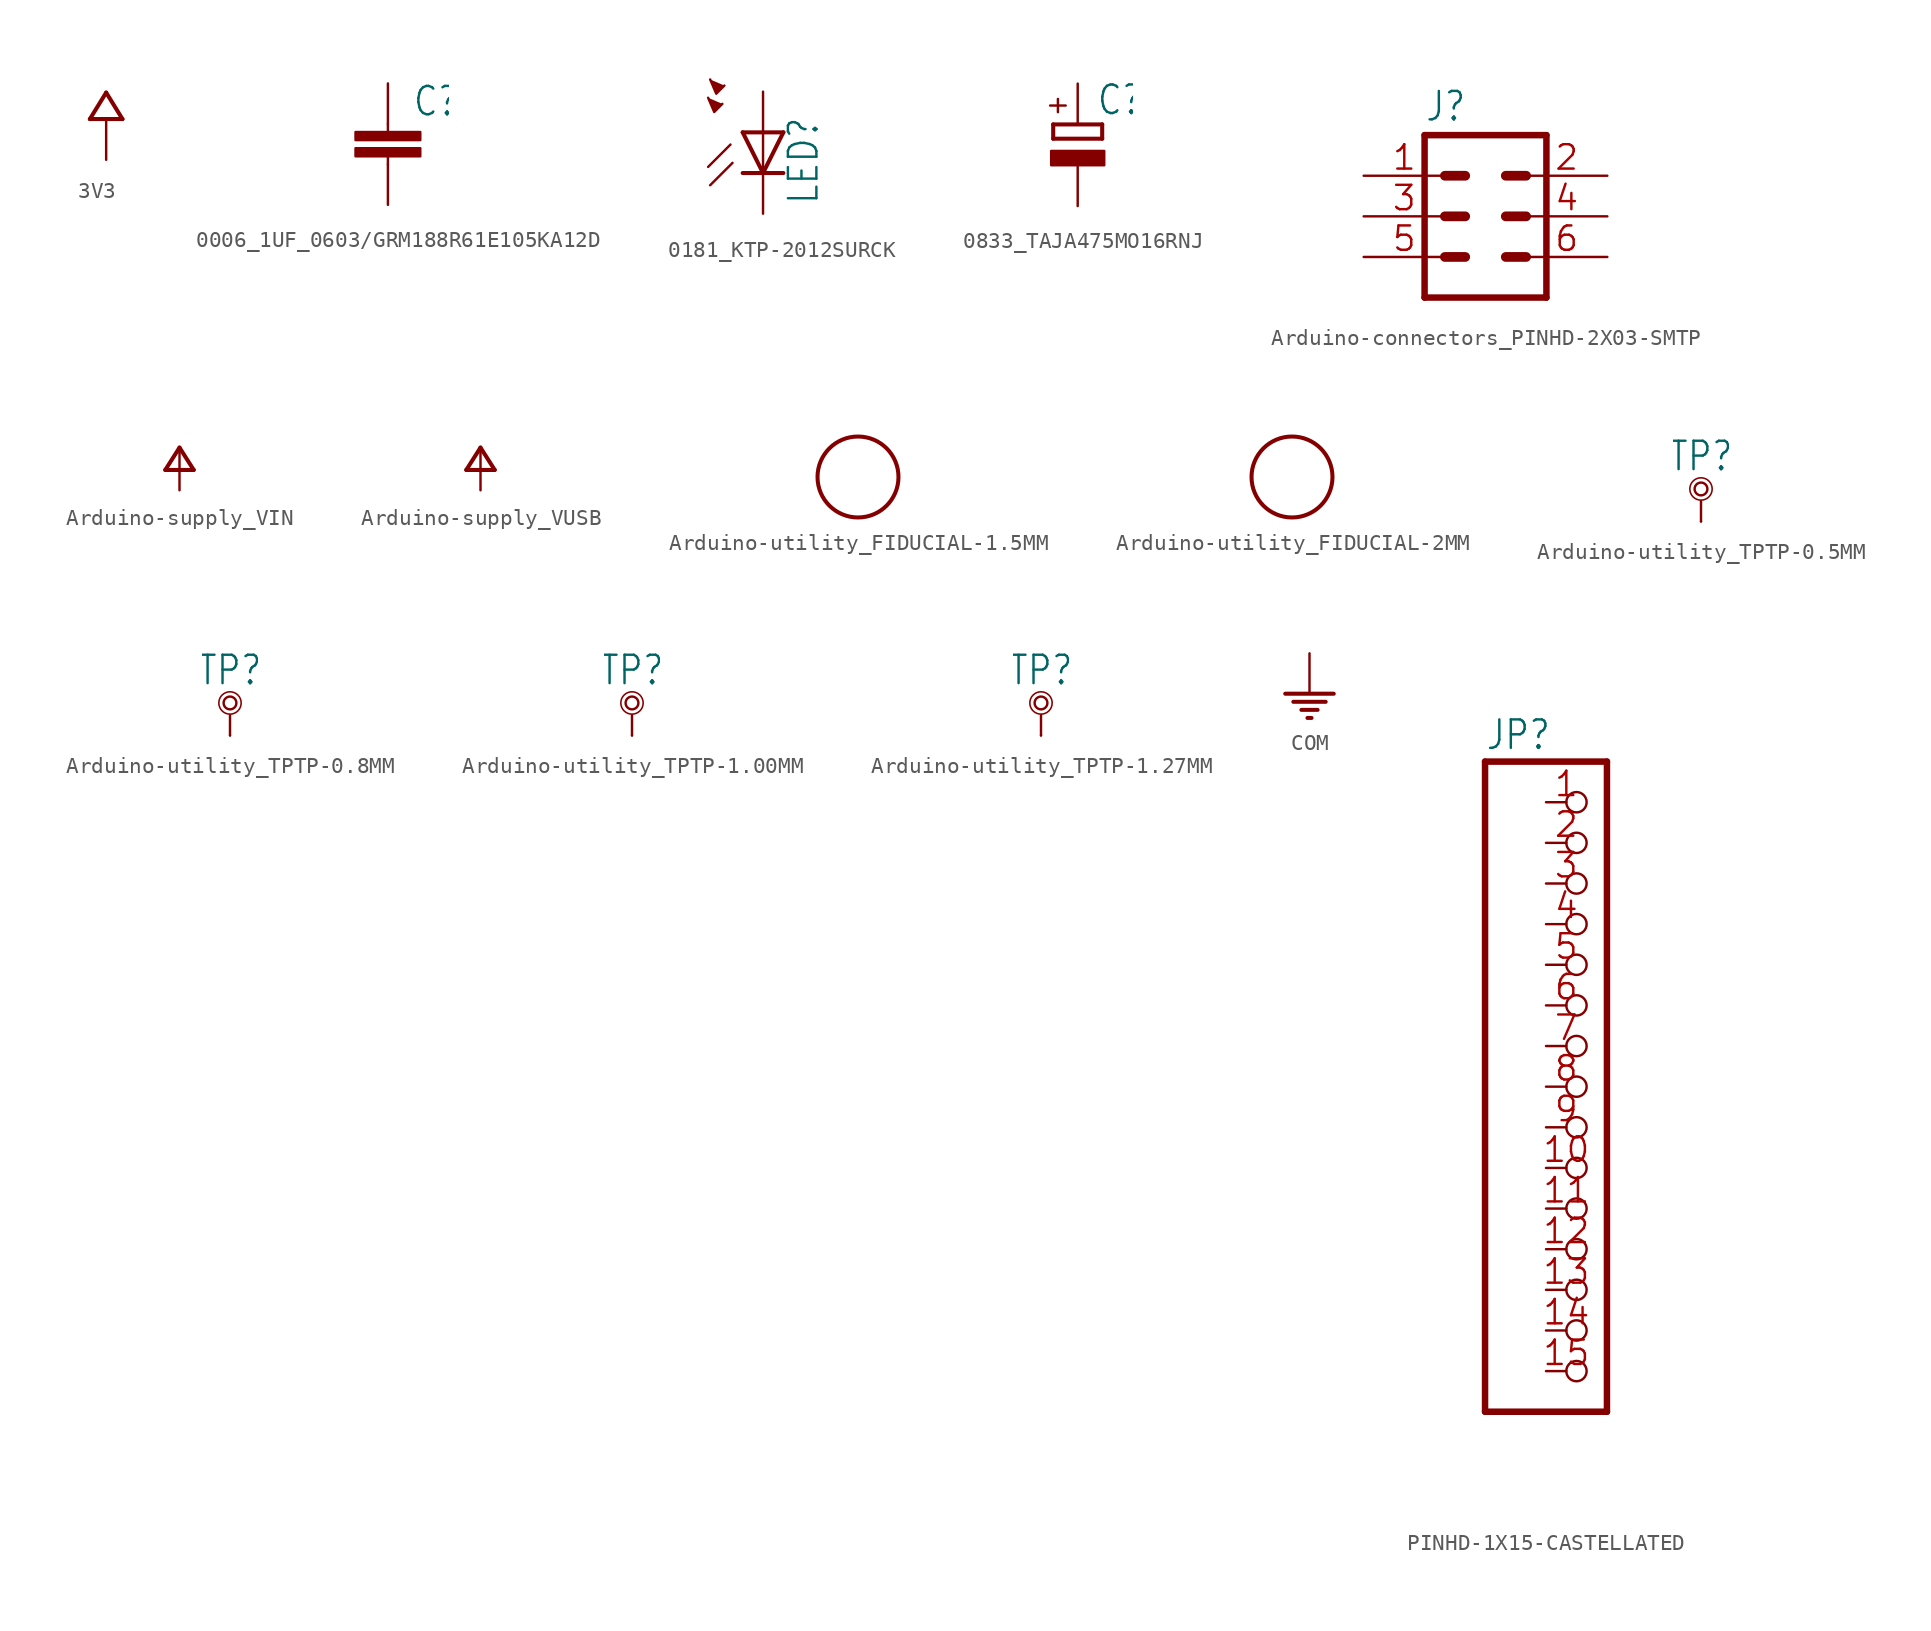
<source format=kicad_sym>
(kicad_symbol_lib
  (version 20241209)
  (generator "kicad_symbol_editor")
  (generator_version "9.0")
  (symbol "3V3"
    (power)
    (property "Reference" ""
      (at 0 0 0)
      (effects (font (size 1.27 1.27)) (hide yes)))
    (property "Value" ""
      (at -2.286 2.286 0)
      (effects (font (size 1.778 1.511)) (justify left bottom)))
    (property "ki_locked" ""
      (at 0 0 0)
      (effects (font (size 1.27 1.27))))
    (symbol "3V3_1_0"
      (polyline (pts (xy -1.016 0) (xy 0 1.651)) (stroke (width 0.254) (type solid)) (fill (type none)))
      (polyline (pts (xy -1.016 0) (xy 1.016 0)) (stroke (width 0.254) (type solid)) (fill (type none)))
      (polyline (pts (xy 0 1.651) (xy 1.016 0)) (stroke (width 0.254) (type solid)) (fill (type none)))
      (pin power_in line (at 0 -2.54 90) (length 2.54) (name "3V3" (effects (font (size 0 0)))) (number "1" (effects (font (size 0 0)))))))
  (symbol "0006_1UF_0603/GRM188R61E105KA12D"
    (property "Reference" "C"
      (at 1.524 0.381 0)
      (effects (font (size 1.778 1.511)) (justify left bottom)))
    (property "Value" ""
      (at 1.524 -4.699 0)
      (effects (font (size 1.778 1.511)) (justify left bottom)))
    (property "ki_locked" ""
      (at 0 0 0)
      (effects (font (size 1.27 1.27))))
    (symbol "0006_1UF_0603/GRM188R61E105KA12D_1_0"
      (rectangle (start -2.032 -1.016) (end 2.032 -0.508) (stroke (width 0) (type default)) (fill (type outline)))
      (rectangle (start -2.032 -2.032) (end 2.032 -1.524) (stroke (width 0) (type default)) (fill (type outline)))
      (polyline (pts (xy 0 0) (xy 0 -0.508)) (stroke (width 0.152) (type solid)) (fill (type none)))
      (polyline (pts (xy 0 -2.54) (xy 0 -2.032)) (stroke (width 0.152) (type solid)) (fill (type none)))
      (pin passive line (at 0 2.54 270) (length 2.54) (name "1" (effects (font (size 0 0)))) (number "1" (effects (font (size 0 0)))))
      (pin passive line (at 0 -5.08 90) (length 2.54) (name "2" (effects (font (size 0 0)))) (number "2" (effects (font (size 0 0)))))))
  (symbol "0181_KTP-2012SURCK"
    (property "Reference" "LED"
      (at 3.556 -4.572 90)
      (effects (font (size 1.778 1.511)) (justify left bottom)))
    (property "Value" ""
      (at 5.715 -4.572 90)
      (effects (font (size 1.778 1.511)) (justify left bottom)))
    (property "ki_locked" ""
      (at 0 0 0)
      (effects (font (size 1.27 1.27))))
    (symbol "0181_KTP-2012SURCK_1_0"
      (polyline (pts (xy -3.429 2.159) (xy -3.048 1.27) (xy -2.54 1.778)) (stroke (width 0.152) (type solid)) (fill (type outline)))
      (polyline (pts (xy -3.302 3.302) (xy -2.921 2.413) (xy -2.413 2.921)) (stroke (width 0.152) (type solid)) (fill (type outline)))
      (polyline (pts (xy -2.032 -0.762) (xy -3.429 -2.159)) (stroke (width 0.152) (type solid)) (fill (type none)))
      (polyline (pts (xy -1.905 -1.905) (xy -3.302 -3.302)) (stroke (width 0.152) (type solid)) (fill (type none)))
      (polyline (pts (xy 0 0) (xy -1.27 0)) (stroke (width 0.254) (type solid)) (fill (type none)))
      (polyline (pts (xy 0 0) (xy 0 -2.54)) (stroke (width 0.152) (type solid)) (fill (type none)))
      (polyline (pts (xy 0 -2.54) (xy -1.27 0)) (stroke (width 0.254) (type solid)) (fill (type none)))
      (polyline (pts (xy 0 -2.54) (xy -1.27 -2.54)) (stroke (width 0.254) (type solid)) (fill (type none)))
      (polyline (pts (xy 1.27 0) (xy 0 0)) (stroke (width 0.254) (type solid)) (fill (type none)))
      (polyline (pts (xy 1.27 0) (xy 0 -2.54)) (stroke (width 0.254) (type solid)) (fill (type none)))
      (polyline (pts (xy 1.27 -2.54) (xy 0 -2.54)) (stroke (width 0.254) (type solid)) (fill (type none)))
      (pin passive line (at 0 2.54 270) (length 2.54) (name "A" (effects (font (size 0 0)))) (number "A" (effects (font (size 0 0)))))
      (pin passive line (at 0 -5.08 90) (length 2.54) (name "C" (effects (font (size 0 0)))) (number "C" (effects (font (size 0 0)))))))
  (symbol "0833_TAJA475MO16RNJ"
    (property "Reference" "C"
      (at 1.143 0.483 0)
      (effects (font (size 1.778 1.511)) (justify left bottom)))
    (property "Value" ""
      (at 1.143 -4.597 0)
      (effects (font (size 1.778 1.511)) (justify left bottom)))
    (property "ki_locked" ""
      (at 0 0 0)
      (effects (font (size 1.27 1.27))))
    (symbol "0833_TAJA475MO16RNJ_1_0"
      (rectangle (start -1.651 -2.54) (end 1.651 -1.651) (stroke (width 0) (type default)) (fill (type outline)))
      (polyline (pts (xy -1.524 0) (xy -1.524 -0.889)) (stroke (width 0.254) (type solid)) (fill (type none)))
      (polyline (pts (xy -1.524 0) (xy 1.524 0)) (stroke (width 0.254) (type solid)) (fill (type none)))
      (polyline (pts (xy -1.524 -0.889) (xy 1.524 -0.889)) (stroke (width 0.254) (type solid)) (fill (type none)))
      (polyline (pts (xy 1.524 -0.889) (xy 1.524 0)) (stroke (width 0.254) (type solid)) (fill (type none)))
      (text "+" (at -0.584 0.406 900) (effects (font (size 1.27 1.079)) (justify left bottom)))
      (pin passive line (at 0 2.54 270) (length 2.54) (name "+" (effects (font (size 0 0)))) (number "1" (effects (font (size 0 0)))))
      (pin passive line (at 0 -5.08 90) (length 2.54) (name "-" (effects (font (size 0 0)))) (number "2" (effects (font (size 0 0)))))))
  (symbol "Arduino-connectors_PINHD-2X03-SMTP"
    (property "Reference" "J"
      (at -3.81 5.842 0)
      (effects (font (size 1.778 1.511)) (justify left bottom)))
    (property "ki_locked" ""
      (at 0 0 0)
      (effects (font (size 1.27 1.27))))
    (symbol "Arduino-connectors_PINHD-2X03-SMTP_1_0"
      (polyline (pts (xy -3.81 5.08) (xy -3.81 -5.08)) (stroke (width 0.406) (type solid)) (fill (type none)))
      (polyline (pts (xy -3.81 5.08) (xy 3.81 5.08)) (stroke (width 0.406) (type solid)) (fill (type none)))
      (polyline (pts (xy -2.54 2.54) (xy -1.27 2.54)) (stroke (width 0.61) (type solid)) (fill (type none)))
      (polyline (pts (xy -2.54 0) (xy -1.27 0)) (stroke (width 0.61) (type solid)) (fill (type none)))
      (polyline (pts (xy -2.54 -2.54) (xy -1.27 -2.54)) (stroke (width 0.61) (type solid)) (fill (type none)))
      (polyline (pts (xy 1.27 2.54) (xy 2.54 2.54)) (stroke (width 0.61) (type solid)) (fill (type none)))
      (polyline (pts (xy 1.27 0) (xy 2.54 0)) (stroke (width 0.61) (type solid)) (fill (type none)))
      (polyline (pts (xy 1.27 -2.54) (xy 2.54 -2.54)) (stroke (width 0.61) (type solid)) (fill (type none)))
      (polyline (pts (xy 3.81 -5.08) (xy -3.81 -5.08)) (stroke (width 0.406) (type solid)) (fill (type none)))
      (polyline (pts (xy 3.81 -5.08) (xy 3.81 5.08)) (stroke (width 0.406) (type solid)) (fill (type none)))
      (pin passive line (at -7.62 2.54 0) (length 5.08) (name "1" (effects (font (size 0 0)))) (number "1" (effects (font (size 1.524 1.524)))))
      (pin passive line (at -7.62 0 0) (length 5.08) (name "3" (effects (font (size 0 0)))) (number "3" (effects (font (size 1.524 1.524)))))
      (pin passive line (at -7.62 -2.54 0) (length 5.08) (name "5" (effects (font (size 0 0)))) (number "5" (effects (font (size 1.524 1.524)))))
      (pin passive line (at 7.62 2.54 180) (length 5.08) (name "2" (effects (font (size 0 0)))) (number "2" (effects (font (size 1.524 1.524)))))
      (pin passive line (at 7.62 0 180) (length 5.08) (name "4" (effects (font (size 0 0)))) (number "4" (effects (font (size 1.524 1.524)))))
      (pin passive line (at 7.62 -2.54 180) (length 5.08) (name "6" (effects (font (size 0 0)))) (number "6" (effects (font (size 1.524 1.524)))))))
  (symbol "Arduino-supply_VIN"
    (power)
    (property "Reference" "#VIN"
      (at 0 0 0)
      (effects (font (size 1.27 1.27)) (hide yes)))
    (property "Value" ""
      (at 0 0.508 0)
      (effects (font (size 1.778 1.511)) (justify bottom)))
    (property "ki_locked" ""
      (at 0 0 0)
      (effects (font (size 1.27 1.27))))
    (symbol "Arduino-supply_VIN_1_0"
      (polyline (pts (xy -0.889 -1.27) (xy 0.889 -1.27)) (stroke (width 0.254) (type solid)) (fill (type none)))
      (polyline (pts (xy 0 0.127) (xy -0.889 -1.27)) (stroke (width 0.254) (type solid)) (fill (type none)))
      (polyline (pts (xy 0.889 -1.27) (xy 0 0.127)) (stroke (width 0.254) (type solid)) (fill (type none)))
      (pin power_in line (at 0 -2.54 90) (length 2.54) (name "VIN" (effects (font (size 0 0)))) (number "1" (effects (font (size 0 0)))))))
  (symbol "Arduino-supply_VUSB"
    (power)
    (property "Reference" "#V"
      (at 0 0 0)
      (effects (font (size 1.27 1.27)) (hide yes)))
    (property "Value" ""
      (at 0 0.508 0)
      (effects (font (size 1.778 1.511)) (justify bottom)))
    (property "ki_locked" ""
      (at 0 0 0)
      (effects (font (size 1.27 1.27))))
    (symbol "Arduino-supply_VUSB_1_0"
      (polyline (pts (xy -0.889 -1.27) (xy 0.889 -1.27)) (stroke (width 0.254) (type solid)) (fill (type none)))
      (polyline (pts (xy 0 0.127) (xy -0.889 -1.27)) (stroke (width 0.254) (type solid)) (fill (type none)))
      (polyline (pts (xy 0.889 -1.27) (xy 0 0.127)) (stroke (width 0.254) (type solid)) (fill (type none)))
      (pin power_in line (at 0 -2.54 90) (length 2.54) (name "VUSB" (effects (font (size 0 0)))) (number "1" (effects (font (size 0 0)))))))
  (symbol "Arduino-utility_FIDUCIAL-1.5MM"
    (property "Reference" ""
      (at 0 0 0)
      (effects (font (size 1.27 1.27)) (hide yes)))
    (property "ki_locked" ""
      (at 0 0 0)
      (effects (font (size 1.27 1.27))))
    (symbol "Arduino-utility_FIDUCIAL-1.5MM_1_0"
      (circle (center 0 0) (radius 2.54) (stroke (width 0.254) (type solid)) (fill (type none)))))
  (symbol "Arduino-utility_FIDUCIAL-2MM"
    (property "Reference" ""
      (at 0 0 0)
      (effects (font (size 1.27 1.27)) (hide yes)))
    (property "ki_locked" ""
      (at 0 0 0)
      (effects (font (size 1.27 1.27))))
    (symbol "Arduino-utility_FIDUCIAL-2MM_1_0"
      (circle (center 0 0) (radius 2.54) (stroke (width 0.254) (type solid)) (fill (type none)))))
  (symbol "Arduino-utility_TPTP-0.5MM"
    (property "Reference" "TP"
      (at 0 0.508 0)
      (effects (font (size 1.778 1.511)) (justify bottom)))
    (property "ki_locked" ""
      (at 0 0 0)
      (effects (font (size 1.27 1.27))))
    (symbol "Arduino-utility_TPTP-0.5MM_1_0"
      (circle (center 0 -0.508) (radius 0.4) (stroke (width 0) (type solid)) (fill (type none)))
      (circle (center 0 -0.508) (radius 0.7) (stroke (width 0.1) (type solid)) (fill (type none)))
      (polyline (pts (xy 0 -2.54) (xy 0 -1.27)) (stroke (width 0.152) (type solid)) (fill (type none)))
      (pin passive line (at 0 -2.54 90) (length 0) (name "P$1" (effects (font (size 0 0)))) (number "X" (effects (font (size 0 0)))))))
  (symbol "Arduino-utility_TPTP-0.8MM"
    (property "Reference" "TP"
      (at 0 0.508 0)
      (effects (font (size 1.778 1.511)) (justify bottom)))
    (property "ki_locked" ""
      (at 0 0 0)
      (effects (font (size 1.27 1.27))))
    (symbol "Arduino-utility_TPTP-0.8MM_1_0"
      (circle (center 0 -0.508) (radius 0.4) (stroke (width 0) (type solid)) (fill (type none)))
      (circle (center 0 -0.508) (radius 0.7) (stroke (width 0.1) (type solid)) (fill (type none)))
      (polyline (pts (xy 0 -2.54) (xy 0 -1.27)) (stroke (width 0.152) (type solid)) (fill (type none)))
      (pin passive line (at 0 -2.54 90) (length 0) (name "P$1" (effects (font (size 0 0)))) (number "X" (effects (font (size 0 0)))))))
  (symbol "Arduino-utility_TPTP-1.00MM"
    (property "Reference" "TP"
      (at 0 0.508 0)
      (effects (font (size 1.778 1.511)) (justify bottom)))
    (property "ki_locked" ""
      (at 0 0 0)
      (effects (font (size 1.27 1.27))))
    (symbol "Arduino-utility_TPTP-1.00MM_1_0"
      (circle (center 0 -0.508) (radius 0.4) (stroke (width 0) (type solid)) (fill (type none)))
      (circle (center 0 -0.508) (radius 0.7) (stroke (width 0.1) (type solid)) (fill (type none)))
      (polyline (pts (xy 0 -2.54) (xy 0 -1.27)) (stroke (width 0.152) (type solid)) (fill (type none)))
      (pin passive line (at 0 -2.54 90) (length 0) (name "P$1" (effects (font (size 0 0)))) (number "X" (effects (font (size 0 0)))))))
  (symbol "Arduino-utility_TPTP-1.27MM"
    (property "Reference" "TP"
      (at 0 0.508 0)
      (effects (font (size 1.778 1.511)) (justify bottom)))
    (property "ki_locked" ""
      (at 0 0 0)
      (effects (font (size 1.27 1.27))))
    (symbol "Arduino-utility_TPTP-1.27MM_1_0"
      (circle (center 0 -0.508) (radius 0.4) (stroke (width 0) (type solid)) (fill (type none)))
      (circle (center 0 -0.508) (radius 0.7) (stroke (width 0.1) (type solid)) (fill (type none)))
      (polyline (pts (xy 0 -2.54) (xy 0 -1.27)) (stroke (width 0.152) (type solid)) (fill (type none)))
      (pin passive line (at 0 -2.54 90) (length 0) (name "P$1" (effects (font (size 0 0)))) (number "X" (effects (font (size 0 0)))))))
  (symbol "COM"
    (power)
    (property "Reference" ""
      (at 0 0 0)
      (effects (font (size 1.27 1.27)) (hide yes)))
    (property "ki_locked" ""
      (at 0 0 0)
      (effects (font (size 1.27 1.27))))
    (symbol "COM_1_0"
      (polyline (pts (xy -1.524 0) (xy 1.524 0)) (stroke (width 0.254) (type solid)) (fill (type none)))
      (polyline (pts (xy -1.016 -0.508) (xy 1.016 -0.508)) (stroke (width 0.254) (type solid)) (fill (type none)))
      (polyline (pts (xy -0.508 -1.016) (xy 0.508 -1.016)) (stroke (width 0.254) (type solid)) (fill (type none)))
      (polyline (pts (xy -0.127 -1.524) (xy 0.127 -1.524)) (stroke (width 0.254) (type solid)) (fill (type none)))
      (pin power_in line (at 0 2.54 270) (length 2.54) (name "COM" (effects (font (size 0 0)))) (number "1" (effects (font (size 0 0)))))))
  (symbol "PINHD-1X15-CASTELLATED"
    (property "Reference" "JP"
      (at -6.35 20.955 0)
      (effects (font (size 1.778 1.511)) (justify left bottom)))
    (property "Value" ""
      (at -6.35 -22.86 0)
      (effects (font (size 1.778 1.511)) (justify left bottom)))
    (property "ki_locked" ""
      (at 0 0 0)
      (effects (font (size 1.27 1.27))))
    (symbol "PINHD-1X15-CASTELLATED_1_0"
      (polyline (pts (xy -6.35 20.32) (xy -6.35 -20.32)) (stroke (width 0.406) (type solid)) (fill (type none)))
      (polyline (pts (xy -6.35 -20.32) (xy 1.27 -20.32)) (stroke (width 0.406) (type solid)) (fill (type none)))
      (polyline (pts (xy 1.27 20.32) (xy -6.35 20.32)) (stroke (width 0.406) (type solid)) (fill (type none)))
      (polyline (pts (xy 1.27 -20.32) (xy 1.27 20.32)) (stroke (width 0.406) (type solid)) (fill (type none)))
      (pin passive inverted (at -2.54 17.78 0) (length 2.54) (name "1" (effects (font (size 0 0)))) (number "1" (effects (font (size 1.524 1.524)))))
      (pin passive inverted (at -2.54 15.24 0) (length 2.54) (name "2" (effects (font (size 0 0)))) (number "2" (effects (font (size 1.524 1.524)))))
      (pin passive inverted (at -2.54 12.7 0) (length 2.54) (name "3" (effects (font (size 0 0)))) (number "3" (effects (font (size 1.524 1.524)))))
      (pin passive inverted (at -2.54 10.16 0) (length 2.54) (name "4" (effects (font (size 0 0)))) (number "4" (effects (font (size 1.524 1.524)))))
      (pin passive inverted (at -2.54 7.62 0) (length 2.54) (name "5" (effects (font (size 0 0)))) (number "5" (effects (font (size 1.524 1.524)))))
      (pin passive inverted (at -2.54 5.08 0) (length 2.54) (name "6" (effects (font (size 0 0)))) (number "6" (effects (font (size 1.524 1.524)))))
      (pin passive inverted (at -2.54 2.54 0) (length 2.54) (name "7" (effects (font (size 0 0)))) (number "7" (effects (font (size 1.524 1.524)))))
      (pin passive inverted (at -2.54 0 0) (length 2.54) (name "8" (effects (font (size 0 0)))) (number "8" (effects (font (size 1.524 1.524)))))
      (pin passive inverted (at -2.54 -2.54 0) (length 2.54) (name "9" (effects (font (size 0 0)))) (number "9" (effects (font (size 1.524 1.524)))))
      (pin passive inverted (at -2.54 -5.08 0) (length 2.54) (name "10" (effects (font (size 0 0)))) (number "10" (effects (font (size 1.524 1.524)))))
      (pin passive inverted (at -2.54 -7.62 0) (length 2.54) (name "11" (effects (font (size 0 0)))) (number "11" (effects (font (size 1.524 1.524)))))
      (pin passive inverted (at -2.54 -10.16 0) (length 2.54) (name "12" (effects (font (size 0 0)))) (number "12" (effects (font (size 1.524 1.524)))))
      (pin passive inverted (at -2.54 -12.7 0) (length 2.54) (name "13" (effects (font (size 0 0)))) (number "13" (effects (font (size 1.524 1.524)))))
      (pin passive inverted (at -2.54 -15.24 0) (length 2.54) (name "14" (effects (font (size 0 0)))) (number "14" (effects (font (size 1.524 1.524)))))
      (pin passive inverted (at -2.54 -17.78 0) (length 2.54) (name "15" (effects (font (size 0 0)))) (number "15" (effects (font (size 1.524 1.524))))))))
</source>
